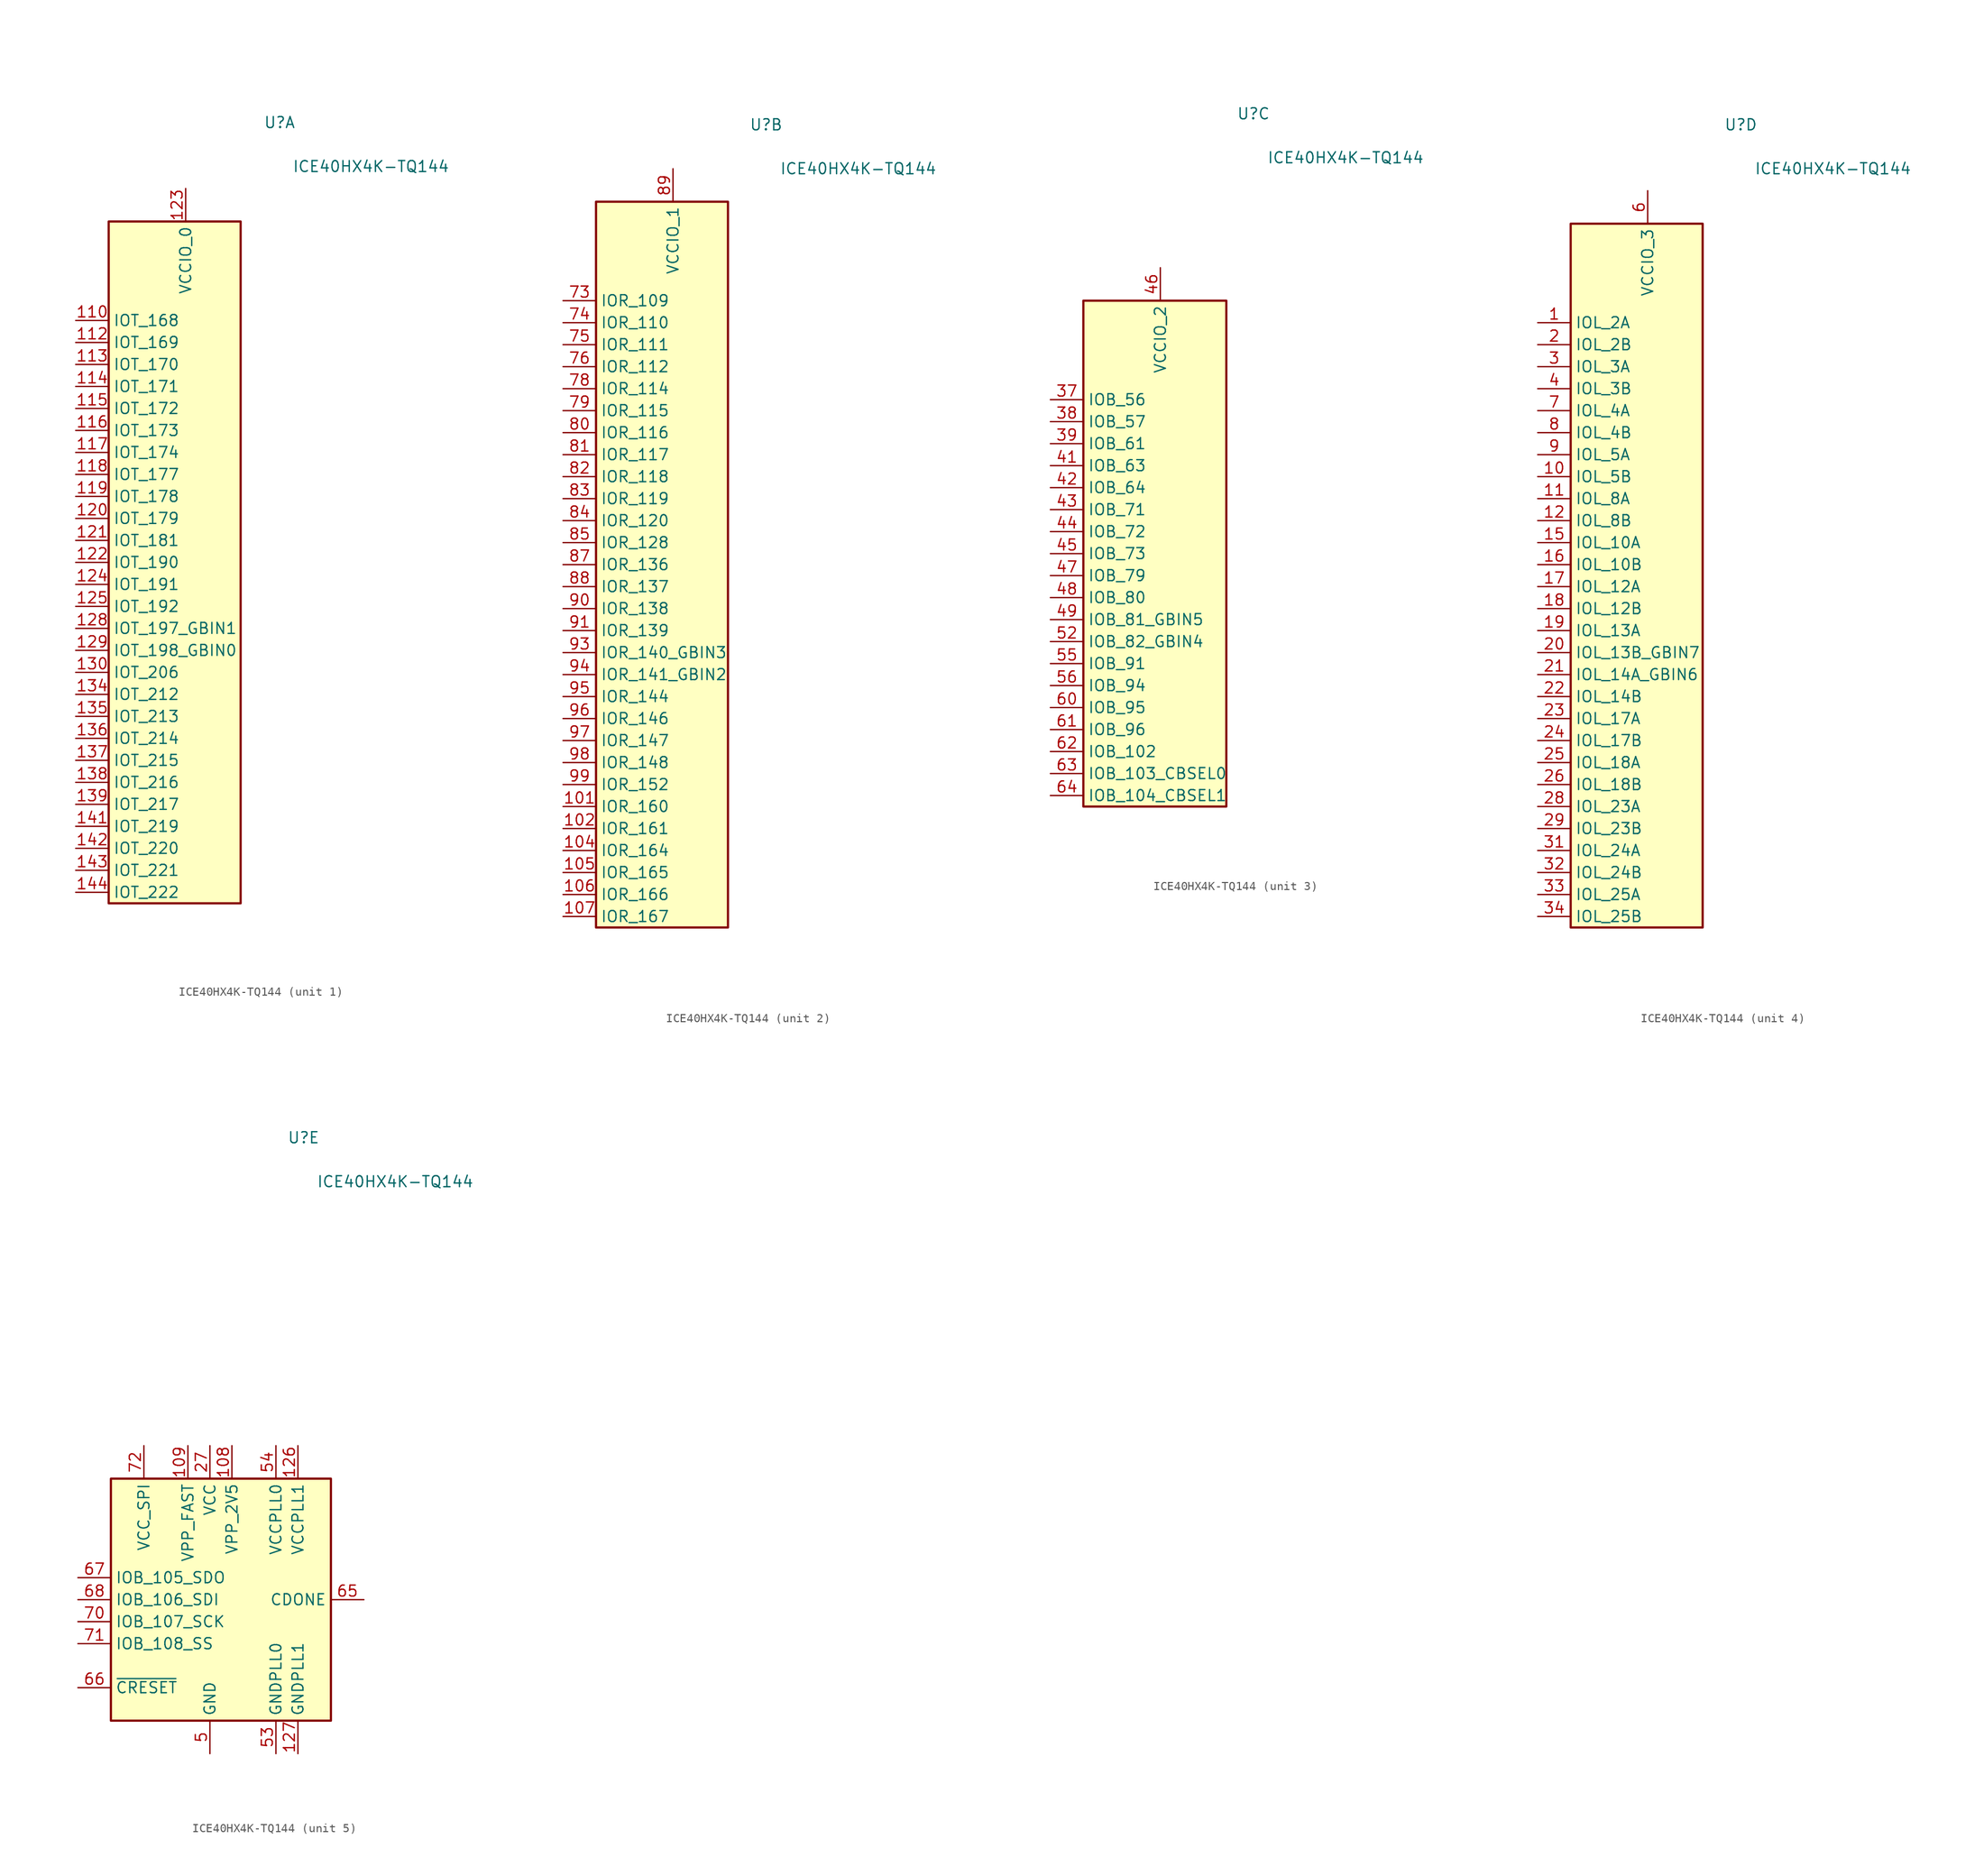
<source format=kicad_sym>
(kicad_symbol_lib
  (version 20200908)
  (generator kicad_symbol_editor)
  (symbol "FPGA_Lattice:ICE40HX4K-TQ144"
    (property "Reference" "U"
      (at 12.7 53.34 0)
      (effects (font (size 1.27 1.27)) (justify right)))
    (property "Value" "ICE40HX4K-TQ144"
      (at 30.48 48.26 0)
      (effects (font (size 1.27 1.27)) (justify right)))
    (property "ki_locked" ""
      (at 0 0 0)
      (effects (font (size 1.27 1.27))))
    (symbol "ICE40HX4K-TQ144_1_1"
      (rectangle (start -8.89 41.91) (end 6.35 -36.83) (stroke (width 0.254)) (fill (type background)))
      (pin bidirectional line (at -12.7 30.48 0) (length 3.81) (name "IOT_168" (effects (font (size 1.27 1.27)))) (number "110" (effects (font (size 1.27 1.27)))))
      (pin bidirectional line (at -12.7 27.94 0) (length 3.81) (name "IOT_169" (effects (font (size 1.27 1.27)))) (number "112" (effects (font (size 1.27 1.27)))))
      (pin bidirectional line (at -12.7 25.4 0) (length 3.81) (name "IOT_170" (effects (font (size 1.27 1.27)))) (number "113" (effects (font (size 1.27 1.27)))))
      (pin bidirectional line (at -12.7 22.86 0) (length 3.81) (name "IOT_171" (effects (font (size 1.27 1.27)))) (number "114" (effects (font (size 1.27 1.27)))))
      (pin bidirectional line (at -12.7 20.32 0) (length 3.81) (name "IOT_172" (effects (font (size 1.27 1.27)))) (number "115" (effects (font (size 1.27 1.27)))))
      (pin bidirectional line (at -12.7 17.78 0) (length 3.81) (name "IOT_173" (effects (font (size 1.27 1.27)))) (number "116" (effects (font (size 1.27 1.27)))))
      (pin bidirectional line (at -12.7 15.24 0) (length 3.81) (name "IOT_174" (effects (font (size 1.27 1.27)))) (number "117" (effects (font (size 1.27 1.27)))))
      (pin bidirectional line (at -12.7 12.7 0) (length 3.81) (name "IOT_177" (effects (font (size 1.27 1.27)))) (number "118" (effects (font (size 1.27 1.27)))))
      (pin bidirectional line (at -12.7 10.16 0) (length 3.81) (name "IOT_178" (effects (font (size 1.27 1.27)))) (number "119" (effects (font (size 1.27 1.27)))))
      (pin bidirectional line (at -12.7 7.62 0) (length 3.81) (name "IOT_179" (effects (font (size 1.27 1.27)))) (number "120" (effects (font (size 1.27 1.27)))))
      (pin bidirectional line (at -12.7 5.08 0) (length 3.81) (name "IOT_181" (effects (font (size 1.27 1.27)))) (number "121" (effects (font (size 1.27 1.27)))))
      (pin bidirectional line (at -12.7 2.54 0) (length 3.81) (name "IOT_190" (effects (font (size 1.27 1.27)))) (number "122" (effects (font (size 1.27 1.27)))))
      (pin power_in line (at 0 45.72 270) (length 3.81) (name "VCCIO_0" (effects (font (size 1.27 1.27)))) (number "123" (effects (font (size 1.27 1.27)))))
      (pin bidirectional line (at -12.7 0 0) (length 3.81) (name "IOT_191" (effects (font (size 1.27 1.27)))) (number "124" (effects (font (size 1.27 1.27)))))
      (pin bidirectional line (at -12.7 -2.54 0) (length 3.81) (name "IOT_192" (effects (font (size 1.27 1.27)))) (number "125" (effects (font (size 1.27 1.27)))))
      (pin bidirectional line (at -12.7 -5.08 0) (length 3.81) (name "IOT_197_GBIN1" (effects (font (size 1.27 1.27)))) (number "128" (effects (font (size 1.27 1.27)))))
      (pin bidirectional line (at -12.7 -7.62 0) (length 3.81) (name "IOT_198_GBIN0" (effects (font (size 1.27 1.27)))) (number "129" (effects (font (size 1.27 1.27)))))
      (pin bidirectional line (at -12.7 -10.16 0) (length 3.81) (name "IOT_206" (effects (font (size 1.27 1.27)))) (number "130" (effects (font (size 1.27 1.27)))))
      (pin passive line (at 0 45.72 270) (length 3.81) hide (name "VCCIO_0" (effects (font (size 1.27 1.27)))) (number "131" (effects (font (size 1.27 1.27)))))
      (pin bidirectional line (at -12.7 -12.7 0) (length 3.81) (name "IOT_212" (effects (font (size 1.27 1.27)))) (number "134" (effects (font (size 1.27 1.27)))))
      (pin bidirectional line (at -12.7 -15.24 0) (length 3.81) (name "IOT_213" (effects (font (size 1.27 1.27)))) (number "135" (effects (font (size 1.27 1.27)))))
      (pin bidirectional line (at -12.7 -17.78 0) (length 3.81) (name "IOT_214" (effects (font (size 1.27 1.27)))) (number "136" (effects (font (size 1.27 1.27)))))
      (pin bidirectional line (at -12.7 -20.32 0) (length 3.81) (name "IOT_215" (effects (font (size 1.27 1.27)))) (number "137" (effects (font (size 1.27 1.27)))))
      (pin bidirectional line (at -12.7 -22.86 0) (length 3.81) (name "IOT_216" (effects (font (size 1.27 1.27)))) (number "138" (effects (font (size 1.27 1.27)))))
      (pin bidirectional line (at -12.7 -25.4 0) (length 3.81) (name "IOT_217" (effects (font (size 1.27 1.27)))) (number "139" (effects (font (size 1.27 1.27)))))
      (pin bidirectional line (at -12.7 -27.94 0) (length 3.81) (name "IOT_219" (effects (font (size 1.27 1.27)))) (number "141" (effects (font (size 1.27 1.27)))))
      (pin bidirectional line (at -12.7 -30.48 0) (length 3.81) (name "IOT_220" (effects (font (size 1.27 1.27)))) (number "142" (effects (font (size 1.27 1.27)))))
      (pin bidirectional line (at -12.7 -33.02 0) (length 3.81) (name "IOT_221" (effects (font (size 1.27 1.27)))) (number "143" (effects (font (size 1.27 1.27)))))
      (pin bidirectional line (at -12.7 -35.56 0) (length 3.81) (name "IOT_222" (effects (font (size 1.27 1.27)))) (number "144" (effects (font (size 1.27 1.27))))))
    (symbol "ICE40HX4K-TQ144_2_1"
      (rectangle (start -8.89 44.45) (end 6.35 -39.37) (stroke (width 0.254)) (fill (type background)))
      (pin passive line (at 0 48.26 270) (length 3.81) hide (name "VCCIO_1" (effects (font (size 1.27 1.27)))) (number "100" (effects (font (size 1.27 1.27)))))
      (pin bidirectional line (at -12.7 -25.4 0) (length 3.81) (name "IOR_160" (effects (font (size 1.27 1.27)))) (number "101" (effects (font (size 1.27 1.27)))))
      (pin bidirectional line (at -12.7 -27.94 0) (length 3.81) (name "IOR_161" (effects (font (size 1.27 1.27)))) (number "102" (effects (font (size 1.27 1.27)))))
      (pin bidirectional line (at -12.7 -30.48 0) (length 3.81) (name "IOR_164" (effects (font (size 1.27 1.27)))) (number "104" (effects (font (size 1.27 1.27)))))
      (pin bidirectional line (at -12.7 -33.02 0) (length 3.81) (name "IOR_165" (effects (font (size 1.27 1.27)))) (number "105" (effects (font (size 1.27 1.27)))))
      (pin bidirectional line (at -12.7 -35.56 0) (length 3.81) (name "IOR_166" (effects (font (size 1.27 1.27)))) (number "106" (effects (font (size 1.27 1.27)))))
      (pin bidirectional line (at -12.7 -38.1 0) (length 3.81) (name "IOR_167" (effects (font (size 1.27 1.27)))) (number "107" (effects (font (size 1.27 1.27)))))
      (pin bidirectional line (at -12.7 33.02 0) (length 3.81) (name "IOR_109" (effects (font (size 1.27 1.27)))) (number "73" (effects (font (size 1.27 1.27)))))
      (pin bidirectional line (at -12.7 30.48 0) (length 3.81) (name "IOR_110" (effects (font (size 1.27 1.27)))) (number "74" (effects (font (size 1.27 1.27)))))
      (pin bidirectional line (at -12.7 27.94 0) (length 3.81) (name "IOR_111" (effects (font (size 1.27 1.27)))) (number "75" (effects (font (size 1.27 1.27)))))
      (pin bidirectional line (at -12.7 25.4 0) (length 3.81) (name "IOR_112" (effects (font (size 1.27 1.27)))) (number "76" (effects (font (size 1.27 1.27)))))
      (pin bidirectional line (at -12.7 22.86 0) (length 3.81) (name "IOR_114" (effects (font (size 1.27 1.27)))) (number "78" (effects (font (size 1.27 1.27)))))
      (pin bidirectional line (at -12.7 20.32 0) (length 3.81) (name "IOR_115" (effects (font (size 1.27 1.27)))) (number "79" (effects (font (size 1.27 1.27)))))
      (pin bidirectional line (at -12.7 17.78 0) (length 3.81) (name "IOR_116" (effects (font (size 1.27 1.27)))) (number "80" (effects (font (size 1.27 1.27)))))
      (pin bidirectional line (at -12.7 15.24 0) (length 3.81) (name "IOR_117" (effects (font (size 1.27 1.27)))) (number "81" (effects (font (size 1.27 1.27)))))
      (pin bidirectional line (at -12.7 12.7 0) (length 3.81) (name "IOR_118" (effects (font (size 1.27 1.27)))) (number "82" (effects (font (size 1.27 1.27)))))
      (pin bidirectional line (at -12.7 10.16 0) (length 3.81) (name "IOR_119" (effects (font (size 1.27 1.27)))) (number "83" (effects (font (size 1.27 1.27)))))
      (pin bidirectional line (at -12.7 7.62 0) (length 3.81) (name "IOR_120" (effects (font (size 1.27 1.27)))) (number "84" (effects (font (size 1.27 1.27)))))
      (pin bidirectional line (at -12.7 5.08 0) (length 3.81) (name "IOR_128" (effects (font (size 1.27 1.27)))) (number "85" (effects (font (size 1.27 1.27)))))
      (pin bidirectional line (at -12.7 2.54 0) (length 3.81) (name "IOR_136" (effects (font (size 1.27 1.27)))) (number "87" (effects (font (size 1.27 1.27)))))
      (pin bidirectional line (at -12.7 0 0) (length 3.81) (name "IOR_137" (effects (font (size 1.27 1.27)))) (number "88" (effects (font (size 1.27 1.27)))))
      (pin power_in line (at 0 48.26 270) (length 3.81) (name "VCCIO_1" (effects (font (size 1.27 1.27)))) (number "89" (effects (font (size 1.27 1.27)))))
      (pin bidirectional line (at -12.7 -2.54 0) (length 3.81) (name "IOR_138" (effects (font (size 1.27 1.27)))) (number "90" (effects (font (size 1.27 1.27)))))
      (pin bidirectional line (at -12.7 -5.08 0) (length 3.81) (name "IOR_139" (effects (font (size 1.27 1.27)))) (number "91" (effects (font (size 1.27 1.27)))))
      (pin bidirectional line (at -12.7 -7.62 0) (length 3.81) (name "IOR_140_GBIN3" (effects (font (size 1.27 1.27)))) (number "93" (effects (font (size 1.27 1.27)))))
      (pin bidirectional line (at -12.7 -10.16 0) (length 3.81) (name "IOR_141_GBIN2" (effects (font (size 1.27 1.27)))) (number "94" (effects (font (size 1.27 1.27)))))
      (pin bidirectional line (at -12.7 -12.7 0) (length 3.81) (name "IOR_144" (effects (font (size 1.27 1.27)))) (number "95" (effects (font (size 1.27 1.27)))))
      (pin bidirectional line (at -12.7 -15.24 0) (length 3.81) (name "IOR_146" (effects (font (size 1.27 1.27)))) (number "96" (effects (font (size 1.27 1.27)))))
      (pin bidirectional line (at -12.7 -17.78 0) (length 3.81) (name "IOR_147" (effects (font (size 1.27 1.27)))) (number "97" (effects (font (size 1.27 1.27)))))
      (pin bidirectional line (at -12.7 -20.32 0) (length 3.81) (name "IOR_148" (effects (font (size 1.27 1.27)))) (number "98" (effects (font (size 1.27 1.27)))))
      (pin bidirectional line (at -12.7 -22.86 0) (length 3.81) (name "IOR_152" (effects (font (size 1.27 1.27)))) (number "99" (effects (font (size 1.27 1.27))))))
    (symbol "ICE40HX4K-TQ144_3_1"
      (rectangle (start -8.89 31.75) (end 7.62 -26.67) (stroke (width 0.254)) (fill (type background)))
      (pin bidirectional line (at -12.7 20.32 0) (length 3.81) (name "IOB_56" (effects (font (size 1.27 1.27)))) (number "37" (effects (font (size 1.27 1.27)))))
      (pin bidirectional line (at -12.7 17.78 0) (length 3.81) (name "IOB_57" (effects (font (size 1.27 1.27)))) (number "38" (effects (font (size 1.27 1.27)))))
      (pin bidirectional line (at -12.7 15.24 0) (length 3.81) (name "IOB_61" (effects (font (size 1.27 1.27)))) (number "39" (effects (font (size 1.27 1.27)))))
      (pin bidirectional line (at -12.7 12.7 0) (length 3.81) (name "IOB_63" (effects (font (size 1.27 1.27)))) (number "41" (effects (font (size 1.27 1.27)))))
      (pin bidirectional line (at -12.7 10.16 0) (length 3.81) (name "IOB_64" (effects (font (size 1.27 1.27)))) (number "42" (effects (font (size 1.27 1.27)))))
      (pin bidirectional line (at -12.7 7.62 0) (length 3.81) (name "IOB_71" (effects (font (size 1.27 1.27)))) (number "43" (effects (font (size 1.27 1.27)))))
      (pin bidirectional line (at -12.7 5.08 0) (length 3.81) (name "IOB_72" (effects (font (size 1.27 1.27)))) (number "44" (effects (font (size 1.27 1.27)))))
      (pin bidirectional line (at -12.7 2.54 0) (length 3.81) (name "IOB_73" (effects (font (size 1.27 1.27)))) (number "45" (effects (font (size 1.27 1.27)))))
      (pin power_in line (at 0 35.56 270) (length 3.81) (name "VCCIO_2" (effects (font (size 1.27 1.27)))) (number "46" (effects (font (size 1.27 1.27)))))
      (pin bidirectional line (at -12.7 0 0) (length 3.81) (name "IOB_79" (effects (font (size 1.27 1.27)))) (number "47" (effects (font (size 1.27 1.27)))))
      (pin bidirectional line (at -12.7 -2.54 0) (length 3.81) (name "IOB_80" (effects (font (size 1.27 1.27)))) (number "48" (effects (font (size 1.27 1.27)))))
      (pin bidirectional line (at -12.7 -5.08 0) (length 3.81) (name "IOB_81_GBIN5" (effects (font (size 1.27 1.27)))) (number "49" (effects (font (size 1.27 1.27)))))
      (pin bidirectional line (at -12.7 -7.62 0) (length 3.81) (name "IOB_82_GBIN4" (effects (font (size 1.27 1.27)))) (number "52" (effects (font (size 1.27 1.27)))))
      (pin bidirectional line (at -12.7 -10.16 0) (length 3.81) (name "IOB_91" (effects (font (size 1.27 1.27)))) (number "55" (effects (font (size 1.27 1.27)))))
      (pin bidirectional line (at -12.7 -12.7 0) (length 3.81) (name "IOB_94" (effects (font (size 1.27 1.27)))) (number "56" (effects (font (size 1.27 1.27)))))
      (pin passive line (at 0 35.56 270) (length 3.81) hide (name "VCCIO_2" (effects (font (size 1.27 1.27)))) (number "57" (effects (font (size 1.27 1.27)))))
      (pin bidirectional line (at -12.7 -15.24 0) (length 3.81) (name "IOB_95" (effects (font (size 1.27 1.27)))) (number "60" (effects (font (size 1.27 1.27)))))
      (pin bidirectional line (at -12.7 -17.78 0) (length 3.81) (name "IOB_96" (effects (font (size 1.27 1.27)))) (number "61" (effects (font (size 1.27 1.27)))))
      (pin bidirectional line (at -12.7 -20.32 0) (length 3.81) (name "IOB_102" (effects (font (size 1.27 1.27)))) (number "62" (effects (font (size 1.27 1.27)))))
      (pin bidirectional line (at -12.7 -22.86 0) (length 3.81) (name "IOB_103_CBSEL0" (effects (font (size 1.27 1.27)))) (number "63" (effects (font (size 1.27 1.27)))))
      (pin bidirectional line (at -12.7 -25.4 0) (length 3.81) (name "IOB_104_CBSEL1" (effects (font (size 1.27 1.27)))) (number "64" (effects (font (size 1.27 1.27))))))
    (symbol "ICE40HX4K-TQ144_4_1"
      (rectangle (start -8.89 41.91) (end 6.35 -39.37) (stroke (width 0.254)) (fill (type background)))
      (pin bidirectional line (at -12.7 30.48 0) (length 3.81) (name "IOL_2A" (effects (font (size 1.27 1.27)))) (number "1" (effects (font (size 1.27 1.27)))))
      (pin bidirectional line (at -12.7 12.7 0) (length 3.81) (name "IOL_5B" (effects (font (size 1.27 1.27)))) (number "10" (effects (font (size 1.27 1.27)))))
      (pin bidirectional line (at -12.7 10.16 0) (length 3.81) (name "IOL_8A" (effects (font (size 1.27 1.27)))) (number "11" (effects (font (size 1.27 1.27)))))
      (pin bidirectional line (at -12.7 7.62 0) (length 3.81) (name "IOL_8B" (effects (font (size 1.27 1.27)))) (number "12" (effects (font (size 1.27 1.27)))))
      (pin bidirectional line (at -12.7 5.08 0) (length 3.81) (name "IOL_10A" (effects (font (size 1.27 1.27)))) (number "15" (effects (font (size 1.27 1.27)))))
      (pin bidirectional line (at -12.7 2.54 0) (length 3.81) (name "IOL_10B" (effects (font (size 1.27 1.27)))) (number "16" (effects (font (size 1.27 1.27)))))
      (pin bidirectional line (at -12.7 0 0) (length 3.81) (name "IOL_12A" (effects (font (size 1.27 1.27)))) (number "17" (effects (font (size 1.27 1.27)))))
      (pin bidirectional line (at -12.7 -2.54 0) (length 3.81) (name "IOL_12B" (effects (font (size 1.27 1.27)))) (number "18" (effects (font (size 1.27 1.27)))))
      (pin bidirectional line (at -12.7 -5.08 0) (length 3.81) (name "IOL_13A" (effects (font (size 1.27 1.27)))) (number "19" (effects (font (size 1.27 1.27)))))
      (pin bidirectional line (at -12.7 27.94 0) (length 3.81) (name "IOL_2B" (effects (font (size 1.27 1.27)))) (number "2" (effects (font (size 1.27 1.27)))))
      (pin bidirectional line (at -12.7 -7.62 0) (length 3.81) (name "IOL_13B_GBIN7" (effects (font (size 1.27 1.27)))) (number "20" (effects (font (size 1.27 1.27)))))
      (pin bidirectional line (at -12.7 -10.16 0) (length 3.81) (name "IOL_14A_GBIN6" (effects (font (size 1.27 1.27)))) (number "21" (effects (font (size 1.27 1.27)))))
      (pin bidirectional line (at -12.7 -12.7 0) (length 3.81) (name "IOL_14B" (effects (font (size 1.27 1.27)))) (number "22" (effects (font (size 1.27 1.27)))))
      (pin bidirectional line (at -12.7 -15.24 0) (length 3.81) (name "IOL_17A" (effects (font (size 1.27 1.27)))) (number "23" (effects (font (size 1.27 1.27)))))
      (pin bidirectional line (at -12.7 -17.78 0) (length 3.81) (name "IOL_17B" (effects (font (size 1.27 1.27)))) (number "24" (effects (font (size 1.27 1.27)))))
      (pin bidirectional line (at -12.7 -20.32 0) (length 3.81) (name "IOL_18A" (effects (font (size 1.27 1.27)))) (number "25" (effects (font (size 1.27 1.27)))))
      (pin bidirectional line (at -12.7 -22.86 0) (length 3.81) (name "IOL_18B" (effects (font (size 1.27 1.27)))) (number "26" (effects (font (size 1.27 1.27)))))
      (pin bidirectional line (at -12.7 -25.4 0) (length 3.81) (name "IOL_23A" (effects (font (size 1.27 1.27)))) (number "28" (effects (font (size 1.27 1.27)))))
      (pin bidirectional line (at -12.7 -27.94 0) (length 3.81) (name "IOL_23B" (effects (font (size 1.27 1.27)))) (number "29" (effects (font (size 1.27 1.27)))))
      (pin bidirectional line (at -12.7 25.4 0) (length 3.81) (name "IOL_3A" (effects (font (size 1.27 1.27)))) (number "3" (effects (font (size 1.27 1.27)))))
      (pin passive line (at 0 45.72 270) (length 3.81) hide (name "VCCIO_3" (effects (font (size 1.27 1.27)))) (number "30" (effects (font (size 1.27 1.27)))))
      (pin bidirectional line (at -12.7 -30.48 0) (length 3.81) (name "IOL_24A" (effects (font (size 1.27 1.27)))) (number "31" (effects (font (size 1.27 1.27)))))
      (pin bidirectional line (at -12.7 -33.02 0) (length 3.81) (name "IOL_24B" (effects (font (size 1.27 1.27)))) (number "32" (effects (font (size 1.27 1.27)))))
      (pin bidirectional line (at -12.7 -35.56 0) (length 3.81) (name "IOL_25A" (effects (font (size 1.27 1.27)))) (number "33" (effects (font (size 1.27 1.27)))))
      (pin bidirectional line (at -12.7 -38.1 0) (length 3.81) (name "IOL_25B" (effects (font (size 1.27 1.27)))) (number "34" (effects (font (size 1.27 1.27)))))
      (pin bidirectional line (at -12.7 22.86 0) (length 3.81) (name "IOL_3B" (effects (font (size 1.27 1.27)))) (number "4" (effects (font (size 1.27 1.27)))))
      (pin power_in line (at 0 45.72 270) (length 3.81) (name "VCCIO_3" (effects (font (size 1.27 1.27)))) (number "6" (effects (font (size 1.27 1.27)))))
      (pin bidirectional line (at -12.7 20.32 0) (length 3.81) (name "IOL_4A" (effects (font (size 1.27 1.27)))) (number "7" (effects (font (size 1.27 1.27)))))
      (pin bidirectional line (at -12.7 17.78 0) (length 3.81) (name "IOL_4B" (effects (font (size 1.27 1.27)))) (number "8" (effects (font (size 1.27 1.27)))))
      (pin bidirectional line (at -12.7 15.24 0) (length 3.81) (name "IOL_5A" (effects (font (size 1.27 1.27)))) (number "9" (effects (font (size 1.27 1.27))))))
    (symbol "ICE40HX4K-TQ144_5_1"
      (rectangle (start -11.43 13.97) (end 13.97 -13.97) (stroke (width 0.254)) (fill (type background)))
      (pin passive line (at 0 -17.78 90) (length 3.81) hide (name "GND" (effects (font (size 1.27 1.27)))) (number "103" (effects (font (size 1.27 1.27)))))
      (pin power_in line (at 2.54 17.78 270) (length 3.81) (name "VPP_2V5" (effects (font (size 1.27 1.27)))) (number "108" (effects (font (size 1.27 1.27)))))
      (pin power_in line (at -2.54 17.78 270) (length 3.81) (name "VPP_FAST" (effects (font (size 1.27 1.27)))) (number "109" (effects (font (size 1.27 1.27)))))
      (pin passive line (at 0 17.78 270) (length 3.81) hide (name "VCC" (effects (font (size 1.27 1.27)))) (number "111" (effects (font (size 1.27 1.27)))))
      (pin power_in line (at 10.16 17.78 270) (length 3.81) (name "VCCPLL1" (effects (font (size 1.27 1.27)))) (number "126" (effects (font (size 1.27 1.27)))))
      (pin power_in line (at 10.16 -17.78 90) (length 3.81) (name "GNDPLL1" (effects (font (size 1.27 1.27)))) (number "127" (effects (font (size 1.27 1.27)))))
      (pin passive line (at 0 -17.78 90) (length 3.81) hide (name "GND" (effects (font (size 1.27 1.27)))) (number "13" (effects (font (size 1.27 1.27)))))
      (pin passive line (at 0 -17.78 90) (length 3.81) hide (name "GND" (effects (font (size 1.27 1.27)))) (number "132" (effects (font (size 1.27 1.27)))))
      (pin unconnected line (at 12.7 -10.16 180) (length 3.81) hide (name "NC" (effects (font (size 1.27 1.27)))) (number "133" (effects (font (size 1.27 1.27)))))
      (pin passive line (at 0 -17.78 90) (length 3.81) hide (name "GND" (effects (font (size 1.27 1.27)))) (number "14" (effects (font (size 1.27 1.27)))))
      (pin passive line (at 0 -17.78 90) (length 3.81) hide (name "GND" (effects (font (size 1.27 1.27)))) (number "140" (effects (font (size 1.27 1.27)))))
      (pin power_in line (at 0 17.78 270) (length 3.81) (name "VCC" (effects (font (size 1.27 1.27)))) (number "27" (effects (font (size 1.27 1.27)))))
      (pin unconnected line (at 12.7 5.08 180) (length 3.81) hide (name "NC" (effects (font (size 1.27 1.27)))) (number "35" (effects (font (size 1.27 1.27)))))
      (pin unconnected line (at 12.7 2.54 180) (length 3.81) hide (name "NC" (effects (font (size 1.27 1.27)))) (number "36" (effects (font (size 1.27 1.27)))))
      (pin passive line (at 0 17.78 270) (length 3.81) hide (name "VCC" (effects (font (size 1.27 1.27)))) (number "40" (effects (font (size 1.27 1.27)))))
      (pin power_in line (at 0 -17.78 90) (length 3.81) (name "GND" (effects (font (size 1.27 1.27)))) (number "5" (effects (font (size 1.27 1.27)))))
      (pin unconnected line (at 12.7 -2.54 180) (length 3.81) hide (name "NC" (effects (font (size 1.27 1.27)))) (number "50" (effects (font (size 1.27 1.27)))))
      (pin unconnected line (at 12.7 -5.08 180) (length 3.81) hide (name "NC" (effects (font (size 1.27 1.27)))) (number "51" (effects (font (size 1.27 1.27)))))
      (pin power_in line (at 7.62 -17.78 90) (length 3.81) (name "GNDPLL0" (effects (font (size 1.27 1.27)))) (number "53" (effects (font (size 1.27 1.27)))))
      (pin power_in line (at 7.62 17.78 270) (length 3.81) (name "VCCPLL0" (effects (font (size 1.27 1.27)))) (number "54" (effects (font (size 1.27 1.27)))))
      (pin unconnected line (at 12.7 -7.62 180) (length 3.81) hide (name "NC" (effects (font (size 1.27 1.27)))) (number "58" (effects (font (size 1.27 1.27)))))
      (pin passive line (at 0 -17.78 90) (length 3.81) hide (name "GND" (effects (font (size 1.27 1.27)))) (number "59" (effects (font (size 1.27 1.27)))))
      (pin open_collector line (at 17.78 0 180) (length 3.81) (name "CDONE" (effects (font (size 1.27 1.27)))) (number "65" (effects (font (size 1.27 1.27)))))
      (pin input line (at -15.24 -10.16 0) (length 3.81) (name "~CRESET" (effects (font (size 1.27 1.27)))) (number "66" (effects (font (size 1.27 1.27)))))
      (pin bidirectional line (at -15.24 2.54 0) (length 3.81) (name "IOB_105_SDO" (effects (font (size 1.27 1.27)))) (number "67" (effects (font (size 1.27 1.27)))))
      (pin bidirectional line (at -15.24 0 0) (length 3.81) (name "IOB_106_SDI" (effects (font (size 1.27 1.27)))) (number "68" (effects (font (size 1.27 1.27)))))
      (pin passive line (at 0 -17.78 90) (length 3.81) hide (name "GND" (effects (font (size 1.27 1.27)))) (number "69" (effects (font (size 1.27 1.27)))))
      (pin bidirectional line (at -15.24 -2.54 0) (length 3.81) (name "IOB_107_SCK" (effects (font (size 1.27 1.27)))) (number "70" (effects (font (size 1.27 1.27)))))
      (pin bidirectional line (at -15.24 -5.08 0) (length 3.81) (name "IOB_108_SS" (effects (font (size 1.27 1.27)))) (number "71" (effects (font (size 1.27 1.27)))))
      (pin power_in line (at -7.62 17.78 270) (length 3.81) (name "VCC_SPI" (effects (font (size 1.27 1.27)))) (number "72" (effects (font (size 1.27 1.27)))))
      (pin unconnected line (at 12.7 7.62 180) (length 3.81) hide (name "NC" (effects (font (size 1.27 1.27)))) (number "77" (effects (font (size 1.27 1.27)))))
      (pin passive line (at 0 -17.78 90) (length 3.81) hide (name "GND" (effects (font (size 1.27 1.27)))) (number "86" (effects (font (size 1.27 1.27)))))
      (pin passive line (at 0 17.78 270) (length 3.81) hide (name "VCC" (effects (font (size 1.27 1.27)))) (number "92" (effects (font (size 1.27 1.27))))))))
</source>
